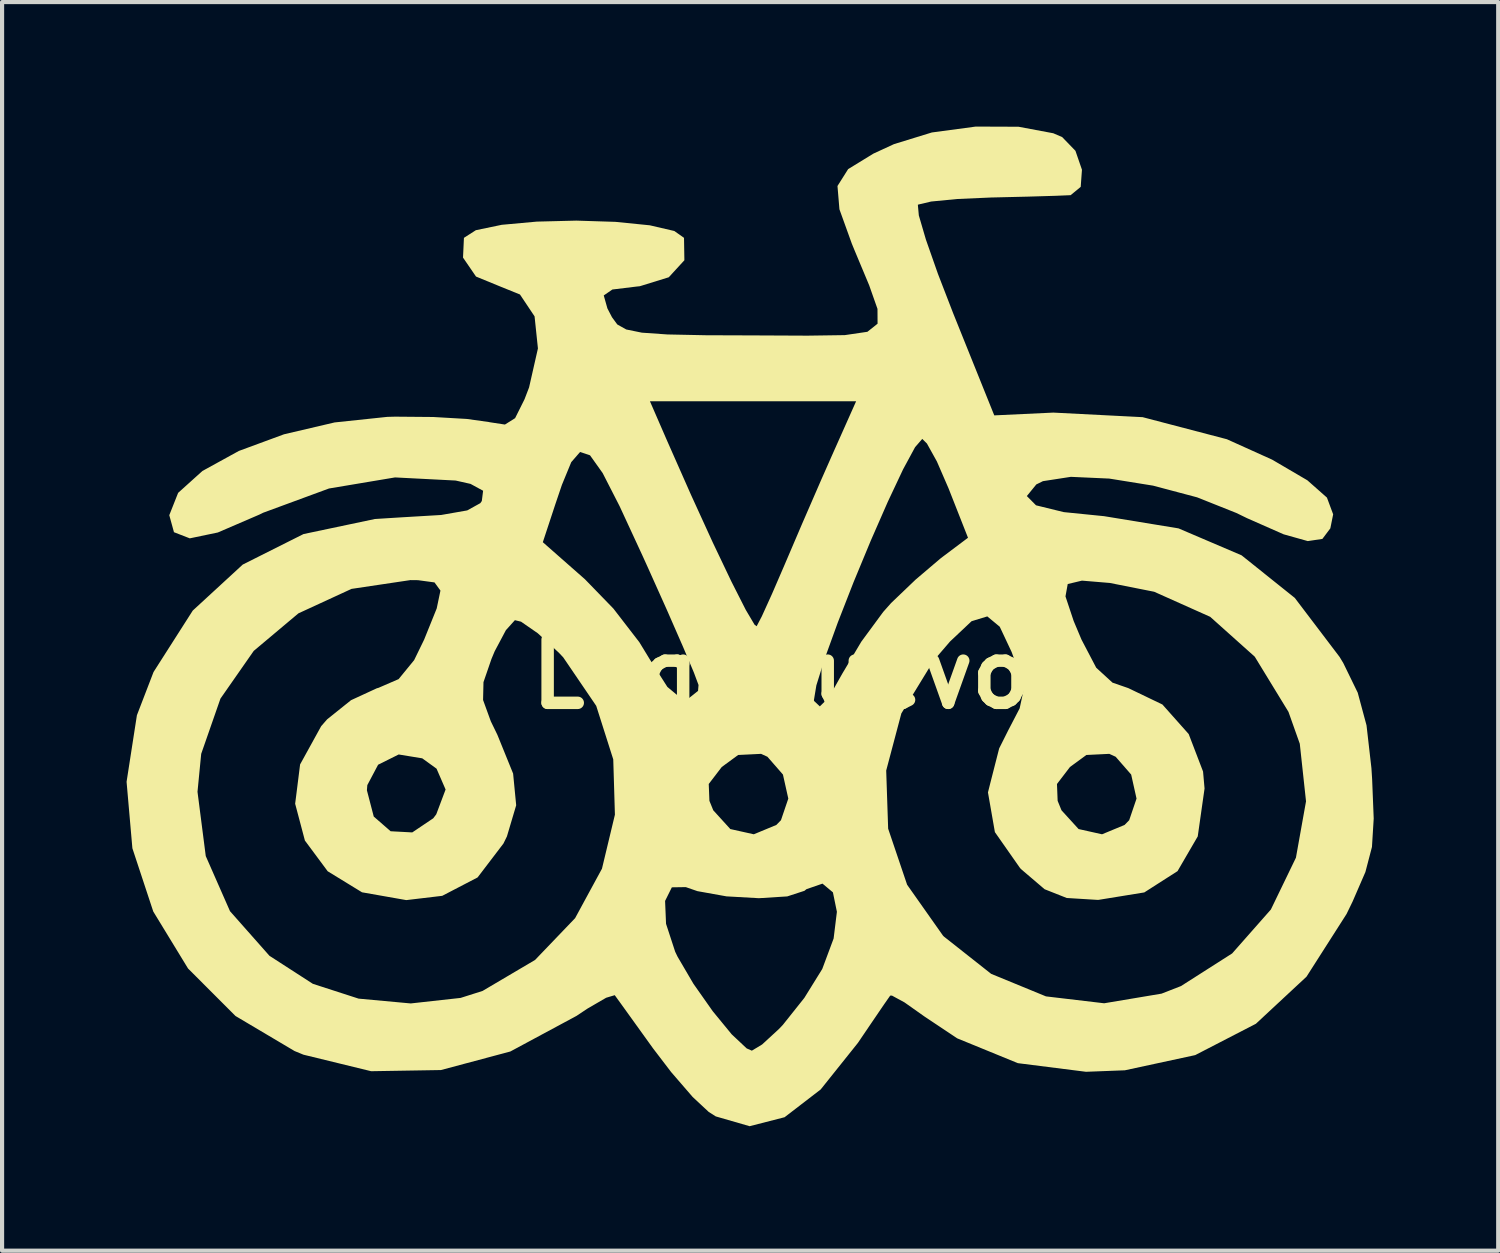
<source format=kicad_pcb>
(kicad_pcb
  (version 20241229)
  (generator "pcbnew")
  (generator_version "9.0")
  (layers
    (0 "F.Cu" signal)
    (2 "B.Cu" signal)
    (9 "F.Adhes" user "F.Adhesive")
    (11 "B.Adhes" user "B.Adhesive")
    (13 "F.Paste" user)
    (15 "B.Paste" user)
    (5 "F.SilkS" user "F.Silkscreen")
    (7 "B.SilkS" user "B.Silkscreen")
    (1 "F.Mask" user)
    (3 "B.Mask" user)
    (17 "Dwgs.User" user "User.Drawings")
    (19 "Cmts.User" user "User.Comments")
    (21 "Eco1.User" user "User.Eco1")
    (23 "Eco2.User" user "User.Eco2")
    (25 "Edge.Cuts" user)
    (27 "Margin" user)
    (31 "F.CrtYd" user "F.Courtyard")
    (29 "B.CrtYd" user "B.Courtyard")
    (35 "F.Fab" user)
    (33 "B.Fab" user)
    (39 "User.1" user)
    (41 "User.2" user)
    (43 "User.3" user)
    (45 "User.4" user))
  (footprint "Logonuevo"
    (layer "F.Cu")
    (at 15.77 13.196)
    (property "Reference" "Logonuevo" (at 0 0 0) (layer "F.SilkS") (effects (font (size 1.524 1.524) (thickness 0.3))))
    (attr board_only exclude_from_pos_files exclude_from_bom)
    (fp_poly (pts (xy 5.723 -13.192) (xy 6.56 -13.035) (xy 6.774 -12.943) (xy 7.094 -12.612) (xy 7.251 -12.156) (xy 7.221 -11.743) (xy 6.979 -11.544) (xy 6.974 -11.543) (xy 6.617 -11.528) (xy 5.948 -11.508) (xy 5.109 -11.488) (xy 5.065 -11.487) (xy 4.247 -11.451) (xy 3.617 -11.39) (xy 3.304 -11.316) (xy 3.297 -11.31) (xy 3.32 -11.056) (xy 3.491 -10.472) (xy 3.781 -9.646) (xy 4.146 -8.702) (xy 5.138 -6.237) (xy 6.562 -6.304) (xy 8.713 -6.194) (xy 10.744 -5.662) (xy 11.834 -5.17) (xy 12.682 -4.673) (xy 13.154 -4.256) (xy 13.304 -3.853) (xy 13.236 -3.515) (xy 13.044 -3.26) (xy 12.692 -3.208) (xy 12.111 -3.371) (xy 11.231 -3.759) (xy 10.972 -3.885) (xy 10.026 -4.262) (xy 8.964 -4.544) (xy 7.909 -4.714) (xy 6.984 -4.756) (xy 6.311 -4.652) (xy 6.151 -4.573) (xy 5.923 -4.293) (xy 6.144 -4.07) (xy 6.813 -3.906) (xy 7.786 -3.808) (xy 9.578 -3.514) (xy 11.097 -2.865) (xy 12.379 -1.839) (xy 13.46 -0.415) (xy 13.548 -0.269) (xy 13.896 0.445) (xy 14.108 1.232) (xy 14.226 2.263) (xy 14.243 2.528) (xy 14.281 3.478) (xy 14.239 4.162) (xy 14.081 4.766) (xy 13.773 5.476) (xy 13.627 5.777) (xy 12.662 7.288) (xy 11.442 8.423) (xy 9.98 9.178) (xy 8.285 9.544) (xy 7.348 9.58) (xy 5.706 9.372) (xy 4.245 8.774) (xy 3.456 8.248) (xy 2.975 7.908) (xy 2.673 7.744) (xy 2.63 7.745) (xy 2.479 7.961) (xy 2.155 8.437) (xy 1.852 8.884) (xy 0.955 10.006) (xy 0.085 10.675) (xy -0.757 10.891) (xy -1.573 10.655) (xy -1.743 10.547) (xy -2.131 10.185) (xy -2.647 9.588) (xy -3.084 9.016) (xy -3.534 8.39) (xy -3.868 7.926) (xy -4.007 7.734) (xy -4.214 7.796) (xy -4.662 8.056) (xy -4.928 8.233) (xy -6.523 9.091) (xy -8.195 9.538) (xy -9.877 9.566) (xy -11.508 9.168) (xy -11.722 9.08) (xy -13.145 8.236) (xy -14.289 7.091) (xy -15.127 5.718) (xy -15.63 4.194) (xy -15.749 2.833) (xy -14.061 2.833) (xy -13.862 4.382) (xy -13.278 5.71) (xy -12.327 6.785) (xy -11.282 7.46) (xy -10.179 7.817) (xy -8.923 7.933) (xy -7.722 7.8) (xy -7.193 7.632) (xy -5.927 6.885) (xy -4.962 5.878) (xy -4.737 5.463) (xy -2.794 5.463) (xy -2.771 6.014) (xy -2.551 6.687) (xy -2.493 6.807) (xy -2.111 7.459) (xy -1.646 8.12) (xy -1.189 8.677) (xy -0.827 9.017) (xy -0.703 9.071) (xy -0.455 8.921) (xy -0.051 8.549) (xy 0.045 8.448) (xy 0.561 7.8) (xy 0.99 7.108) (xy 0.995 7.098) (xy 1.267 6.368) (xy 1.346 5.725) (xy 1.25 5.256) (xy 0.999 5.046) (xy 0.612 5.18) (xy 0.564 5.219) (xy 0.15 5.354) (xy -0.533 5.397) (xy -1.313 5.353) (xy -2.015 5.227) (xy -2.295 5.13) (xy -2.631 5.135) (xy -2.794 5.463) (xy -4.737 5.463) (xy -4.315 4.686) (xy -4.003 3.385) (xy -4.025 2.645) (xy -1.742 2.645) (xy -1.726 3.051) (xy -1.633 3.279) (xy -1.222 3.731) (xy -0.656 3.857) (xy -0.113 3.632) (xy -0.002 3.518) (xy 0.175 2.997) (xy 0.046 2.418) (xy -0.038 2.321) (xy 2.534 2.321) (xy 2.581 3.722) (xy 3.038 5.073) (xy 3.901 6.297) (xy 3.924 6.321) (xy 5.063 7.22) (xy 6.384 7.763) (xy 7.786 7.929) (xy 9.169 7.697) (xy 9.638 7.514) (xy 10.87 6.728) (xy 11.803 5.67) (xy 12.407 4.421) (xy 12.65 3.063) (xy 12.5 1.676) (xy 12.227 0.907) (xy 11.415 -0.422) (xy 10.341 -1.383) (xy 8.991 -1.987) (xy 7.922 -2.199) (xy 7.251 -2.255) (xy 6.908 -2.173) (xy 6.854 -1.875) (xy 7.051 -1.283) (xy 7.24 -0.834) (xy 7.595 -0.156) (xy 7.987 0.203) (xy 8.368 0.335) (xy 9.19 0.73) (xy 9.823 1.442) (xy 10.169 2.345) (xy 10.205 2.754) (xy 10.041 3.908) (xy 9.554 4.745) (xy 8.753 5.258) (xy 7.646 5.438) (xy 7.631 5.438) (xy 6.884 5.392) (xy 6.351 5.181) (xy 5.8 4.711) (xy 5.76 4.672) (xy 5.153 3.805) (xy 4.986 2.848) (xy 5.037 2.645) (xy 6.649 2.645) (xy 6.665 3.051) (xy 6.758 3.279) (xy 7.17 3.731) (xy 7.735 3.857) (xy 8.278 3.632) (xy 8.389 3.518) (xy 8.566 2.997) (xy 8.437 2.418) (xy 8.063 1.989) (xy 7.91 1.919) (xy 7.358 1.946) (xy 6.963 2.235) (xy 6.649 2.645) (xy 5.037 2.645) (xy 5.256 1.788) (xy 5.471 1.359) (xy 5.75 0.822) (xy 5.836 0.422) (xy 5.736 -0.044) (xy 5.556 -0.536) (xy 5.27 -1.144) (xy 4.97 -1.393) (xy 4.591 -1.277) (xy 4.072 -0.788) (xy 3.678 -0.329) (xy 2.899 0.945) (xy 2.534 2.321) (xy -0.038 2.321) (xy -0.328 1.989) (xy -0.481 1.919) (xy -1.033 1.946) (xy -1.428 2.235) (xy -1.742 2.645) (xy -4.025 2.645) (xy -4.043 2.052) (xy -4.453 0.763) (xy -4.546 0.626) (xy 0.792 0.626) (xy 0.797 0.646) (xy 0.935 0.775) (xy 1.151 0.562) (xy 1.476 -0.014) (xy 1.935 -0.785) (xy 2.462 -1.501) (xy 2.652 -1.715) (xy 3.244 -2.281) (xy 3.838 -2.786) (xy 3.902 -2.835) (xy 4.505 -3.288) (xy 4.036 -4.479) (xy 3.755 -5.127) (xy 3.515 -5.559) (xy 3.403 -5.67) (xy 3.23 -5.471) (xy 2.941 -4.937) (xy 2.573 -4.156) (xy 2.163 -3.22) (xy 1.748 -2.219) (xy 1.367 -1.244) (xy 1.055 -0.384) (xy 0.851 0.269) (xy 0.792 0.626) (xy -4.546 0.626) (xy -5.249 -0.407) (xy -5.354 -0.518) (xy -5.862 -0.987) (xy -6.265 -1.266) (xy -6.413 -1.302) (xy -6.63 -1.061) (xy -6.9 -0.553) (xy -6.977 -0.369) (xy -7.17 0.191) (xy -7.18 0.621) (xy -6.993 1.135) (xy -6.835 1.46) (xy -6.456 2.394) (xy -6.382 3.158) (xy -6.605 3.908) (xy -6.689 4.08) (xy -7.312 4.897) (xy -8.164 5.34) (xy -9.03 5.443) (xy -10.097 5.255) (xy -10.924 4.748) (xy -11.473 4.008) (xy -11.708 3.121) (xy -11.667 2.797) (xy -9.979 2.797) (xy -9.814 3.43) (xy -9.407 3.784) (xy -8.886 3.812) (xy -8.381 3.472) (xy -8.308 3.376) (xy -8.083 2.778) (xy -8.301 2.276) (xy -8.645 2.027) (xy -9.213 1.934) (xy -9.709 2.181) (xy -9.969 2.672) (xy -9.979 2.797) (xy -11.667 2.797) (xy -11.589 2.174) (xy -11.081 1.252) (xy -10.938 1.088) (xy -10.362 0.626) (xy -9.738 0.338) (xy -9.702 0.329) (xy -9.215 0.118) (xy -8.841 -0.339) (xy -8.6 -0.834) (xy -8.297 -1.585) (xy -8.207 -2.015) (xy -8.35 -2.212) (xy -8.749 -2.266) (xy -8.93 -2.268) (xy -10.35 -2.056) (xy -11.63 -1.466) (xy -12.706 -0.562) (xy -13.508 0.588) (xy -13.972 1.919) (xy -14.061 2.833) (xy -15.749 2.833) (xy -15.77 2.592) (xy -15.521 0.988) (xy -15.12 -0.054) (xy -14.175 -1.534) (xy -12.971 -2.642) (xy -11.898 -3.181) (xy -5.74 -3.181) (xy -4.724 -2.287) (xy -4.039 -1.581) (xy -3.414 -0.771) (xy -3.158 -0.351) (xy -2.739 0.306) (xy -2.379 0.606) (xy -2.268 0.615) (xy -2 0.402) (xy -1.988 0.26) (xy -2.1 -0.04) (xy -2.365 -0.668) (xy -2.746 -1.539) (xy -3.208 -2.569) (xy -3.34 -2.86) (xy -3.891 -4.051) (xy -4.299 -4.848) (xy -4.603 -5.275) (xy -4.842 -5.355) (xy -5.055 -5.11) (xy -5.28 -4.563) (xy -5.438 -4.097) (xy -5.74 -3.181) (xy -11.898 -3.181) (xy -11.507 -3.377) (xy -9.786 -3.74) (xy -9.2 -3.777) (xy -8.19 -3.837) (xy -7.562 -3.947) (xy -7.246 -4.122) (xy -7.21 -4.174) (xy -7.179 -4.421) (xy -7.482 -4.586) (xy -7.841 -4.667) (xy -9.301 -4.742) (xy -10.893 -4.475) (xy -12.479 -3.891) (xy -12.573 -3.845) (xy -13.571 -3.415) (xy -14.247 -3.274) (xy -14.628 -3.422) (xy -14.741 -3.832) (xy -14.528 -4.37) (xy -13.943 -4.897) (xy -13.065 -5.38) (xy -11.977 -5.781) (xy -10.757 -6.067) (xy -9.488 -6.201) (xy -9.298 -6.206) (xy -8.38 -6.198) (xy -7.572 -6.151) (xy -7.04 -6.077) (xy -7.02 -6.072) (xy -6.653 -6.016) (xy -6.408 -6.17) (xy -6.205 -6.577) (xy -3.159 -6.577) (xy -2.74 -5.613) (xy -2.17 -4.324) (xy -1.646 -3.177) (xy -1.196 -2.233) (xy -0.85 -1.551) (xy -0.638 -1.193) (xy -0.588 -1.156) (xy -0.462 -1.397) (xy -0.217 -1.937) (xy 0.073 -2.608) (xy 0.5 -3.607) (xy 0.97 -4.689) (xy 1.228 -5.273) (xy 1.809 -6.577) (xy -3.159 -6.577) (xy -6.205 -6.577) (xy -6.18 -6.628) (xy -6.071 -6.912) (xy -5.858 -7.85) (xy -5.939 -8.623) (xy -6.291 -9.15) (xy -6.77 -9.344) (xy -7.35 -9.582) (xy -7.663 -10.039) (xy -7.641 -10.515) (xy -7.354 -10.699) (xy -6.73 -10.829) (xy -5.885 -10.906) (xy -4.933 -10.93) (xy -3.987 -10.9) (xy -3.162 -10.817) (xy -2.572 -10.68) (xy -2.338 -10.515) (xy -2.329 -9.975) (xy -2.705 -9.565) (xy -3.403 -9.349) (xy -3.481 -9.341) (xy -4.064 -9.27) (xy -4.272 -9.127) (xy -4.184 -8.815) (xy -4.074 -8.603) (xy -3.946 -8.428) (xy -3.73 -8.307) (xy -3.353 -8.23) (xy -2.738 -8.187) (xy -1.811 -8.168) (xy -0.657 -8.164) (xy 0.64 -8.158) (xy 1.536 -8.171) (xy 2.081 -8.251) (xy 2.326 -8.446) (xy 2.324 -8.803) (xy 2.124 -9.371) (xy 1.779 -10.196) (xy 1.707 -10.371) (xy 1.407 -11.203) (xy 1.36 -11.764) (xy 1.617 -12.171) (xy 2.225 -12.544) (xy 2.721 -12.773) (xy 3.634 -13.054) (xy 4.691 -13.196)) (stroke (width 0) (type solid)) (fill yes) (layer "F.SilkS")))
  (gr_rect
    (start -3 -3)
    (end 33.051 27.087)
    (stroke (width 0.1) (type default))
    (fill no)
    (layer "Edge.Cuts")))
</source>
